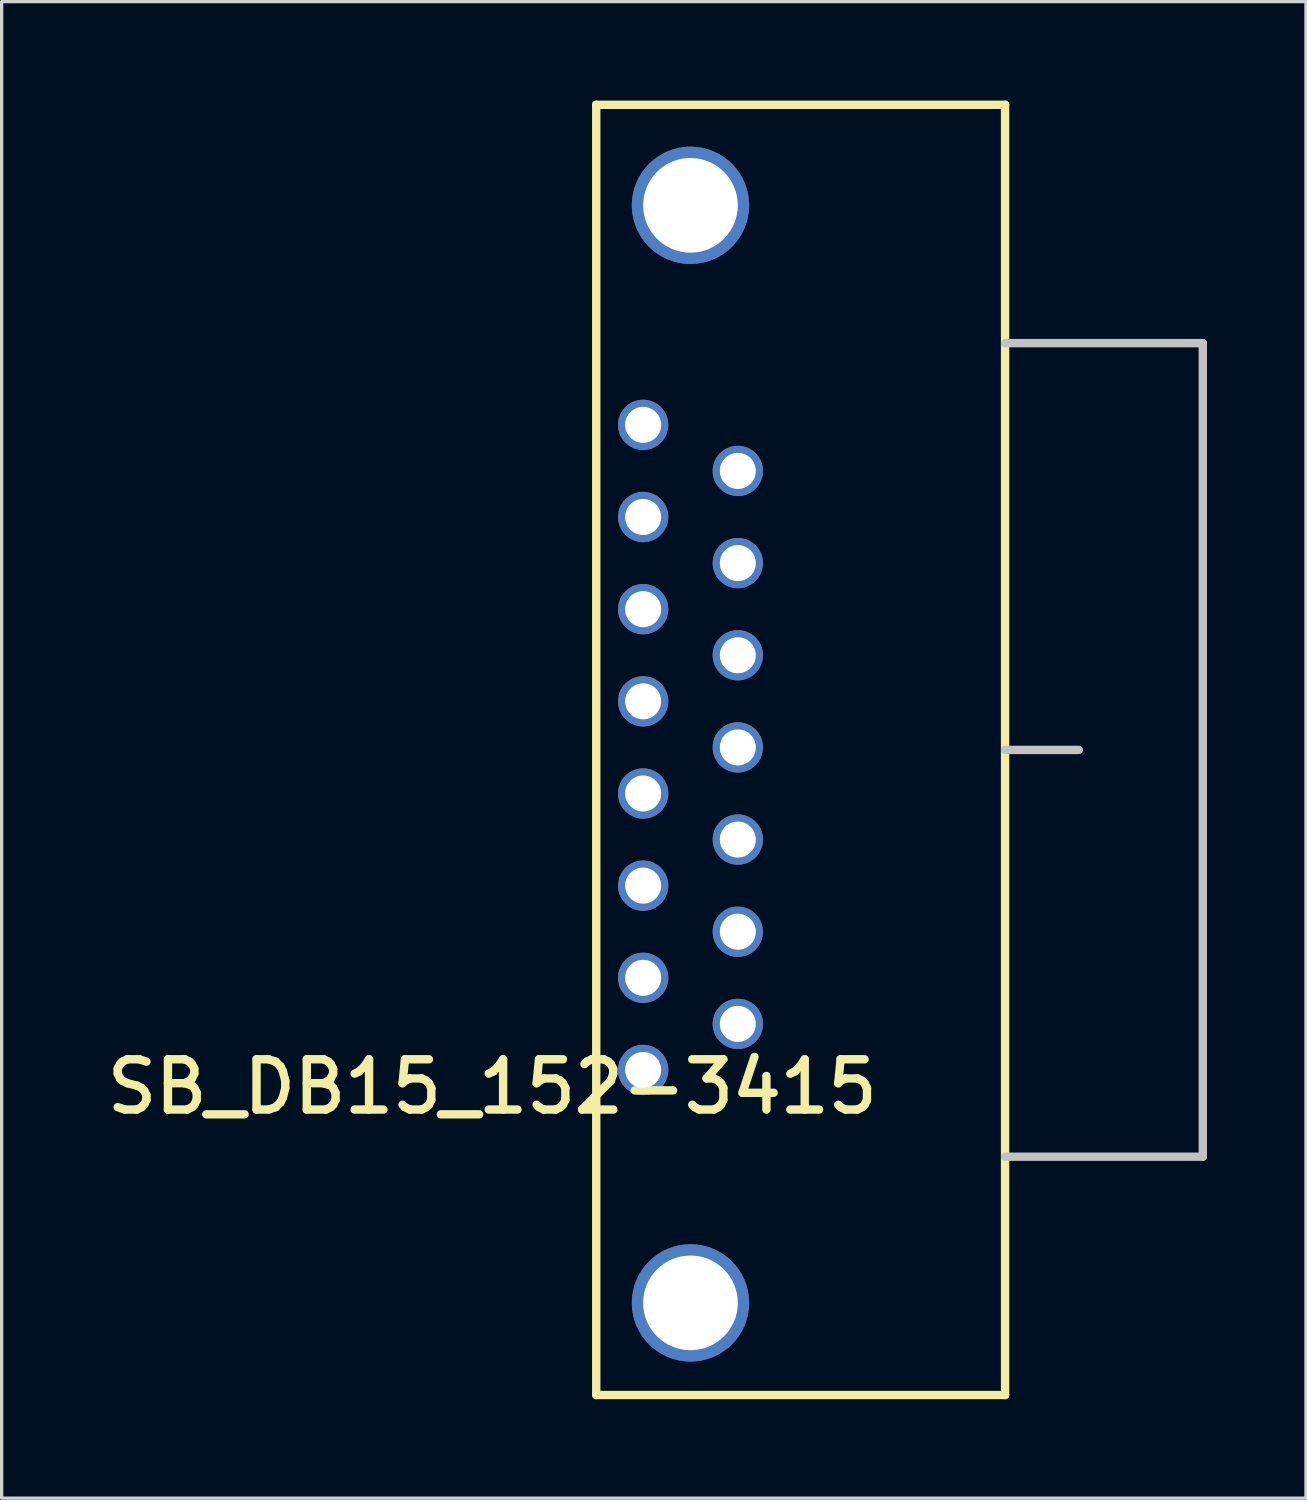
<source format=kicad_pcb>
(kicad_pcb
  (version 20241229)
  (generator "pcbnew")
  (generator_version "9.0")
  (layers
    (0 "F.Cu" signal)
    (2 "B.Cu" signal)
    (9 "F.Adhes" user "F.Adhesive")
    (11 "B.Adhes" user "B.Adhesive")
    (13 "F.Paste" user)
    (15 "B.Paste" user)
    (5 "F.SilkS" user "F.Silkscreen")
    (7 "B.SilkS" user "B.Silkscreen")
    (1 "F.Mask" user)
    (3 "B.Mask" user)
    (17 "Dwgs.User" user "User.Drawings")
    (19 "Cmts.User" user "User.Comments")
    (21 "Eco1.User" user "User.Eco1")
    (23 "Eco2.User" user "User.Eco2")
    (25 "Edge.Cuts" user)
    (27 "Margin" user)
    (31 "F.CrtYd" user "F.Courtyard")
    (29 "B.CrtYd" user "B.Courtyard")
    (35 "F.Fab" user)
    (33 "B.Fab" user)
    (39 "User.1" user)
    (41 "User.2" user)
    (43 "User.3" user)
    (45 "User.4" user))
  (footprint "SB_DB15_152-3415"
    (layer "F.Cu")
    (at 16.448 29.388)
    (property "Reference" "SB_DB15_152-3415" (at -4.572 0.508 0) (layer "F.SilkS") (effects (font (size 1.524 1.524) (thickness 0.254))))
    (attr through_hole)
    (fp_line (start -1.422 -29.261) (end 10.973 -29.261) (stroke (width 0.254) (type solid)) (layer "F.SilkS"))
    (fp_line (start -1.422 9.855) (end -1.422 -29.261) (stroke (width 0.254) (type solid)) (layer "F.SilkS"))
    (fp_line (start -1.422 9.855) (end 10.973 9.855) (stroke (width 0.254) (type solid)) (layer "F.SilkS"))
    (fp_line (start 10.973 9.855) (end 10.973 -29.261) (stroke (width 0.254) (type solid)) (layer "F.SilkS"))
    (fp_line (start 10.973 -22.035) (end 16.967 -22.035) (stroke (width 0.254) (type solid)) (layer "Dwgs.User"))
    (fp_line (start 10.973 -9.703) (end 13.208 -9.703) (stroke (width 0.254) (type solid)) (layer "Dwgs.User"))
    (fp_line (start 10.973 2.629) (end 16.967 2.629) (stroke (width 0.254) (type solid)) (layer "Dwgs.User"))
    (fp_line (start 16.967 -22.035) (end 16.967 2.629) (stroke (width 0.254) (type solid)) (layer "Dwgs.User"))
    (pad "0" thru_hole circle (at 1.435 -26.213 270) (size 3.556 3.556) (drill 2.87) (layers "*.Cu" "*.Mask"))
    (pad "0" thru_hole circle (at 1.435 7.061 270) (size 3.556 3.556) (drill 2.87) (layers "*.Cu" "*.Mask"))
    (pad "1" thru_hole circle (at 0 -19.558 270) (size 1.524 1.524) (drill 1.092) (layers "*.Cu" "*.Mask"))
    (pad "2" thru_hole circle (at 0 -16.764 270) (size 1.524 1.524) (drill 1.092) (layers "*.Cu" "*.Mask"))
    (pad "3" thru_hole circle (at 0 -13.97 270) (size 1.524 1.524) (drill 1.092) (layers "*.Cu" "*.Mask"))
    (pad "4" thru_hole circle (at 0 -11.176 270) (size 1.524 1.524) (drill 1.092) (layers "*.Cu" "*.Mask"))
    (pad "5" thru_hole circle (at 0 -8.382 270) (size 1.524 1.524) (drill 1.092) (layers "*.Cu" "*.Mask"))
    (pad "6" thru_hole circle (at 0 -5.588 270) (size 1.524 1.524) (drill 1.092) (layers "*.Cu" "*.Mask"))
    (pad "7" thru_hole circle (at 0 -2.794 270) (size 1.524 1.524) (drill 1.092) (layers "*.Cu" "*.Mask"))
    (pad "8" thru_hole circle (at 0 0 270) (size 1.524 1.524) (drill 1.092) (layers "*.Cu" "*.Mask"))
    (pad "9" thru_hole circle (at 2.87 -18.161 270) (size 1.524 1.524) (drill 1.092) (layers "*.Cu" "*.Mask"))
    (pad "10" thru_hole circle (at 2.87 -15.367 270) (size 1.524 1.524) (drill 1.092) (layers "*.Cu" "*.Mask"))
    (pad "11" thru_hole circle (at 2.87 -12.573 270) (size 1.524 1.524) (drill 1.092) (layers "*.Cu" "*.Mask"))
    (pad "12" thru_hole circle (at 2.87 -9.779 270) (size 1.524 1.524) (drill 1.092) (layers "*.Cu" "*.Mask"))
    (pad "13" thru_hole circle (at 2.87 -6.985 270) (size 1.524 1.524) (drill 1.092) (layers "*.Cu" "*.Mask"))
    (pad "14" thru_hole circle (at 2.87 -4.191 270) (size 1.524 1.524) (drill 1.092) (layers "*.Cu" "*.Mask"))
    (pad "15" thru_hole circle (at 2.87 -1.397 270) (size 1.524 1.524) (drill 1.092) (layers "*.Cu" "*.Mask")))
  (gr_rect
    (start -3 -3)
    (end 36.543 42.37)
    (stroke (width 0.1) (type default))
    (fill no)
    (layer "Edge.Cuts")))
</source>
